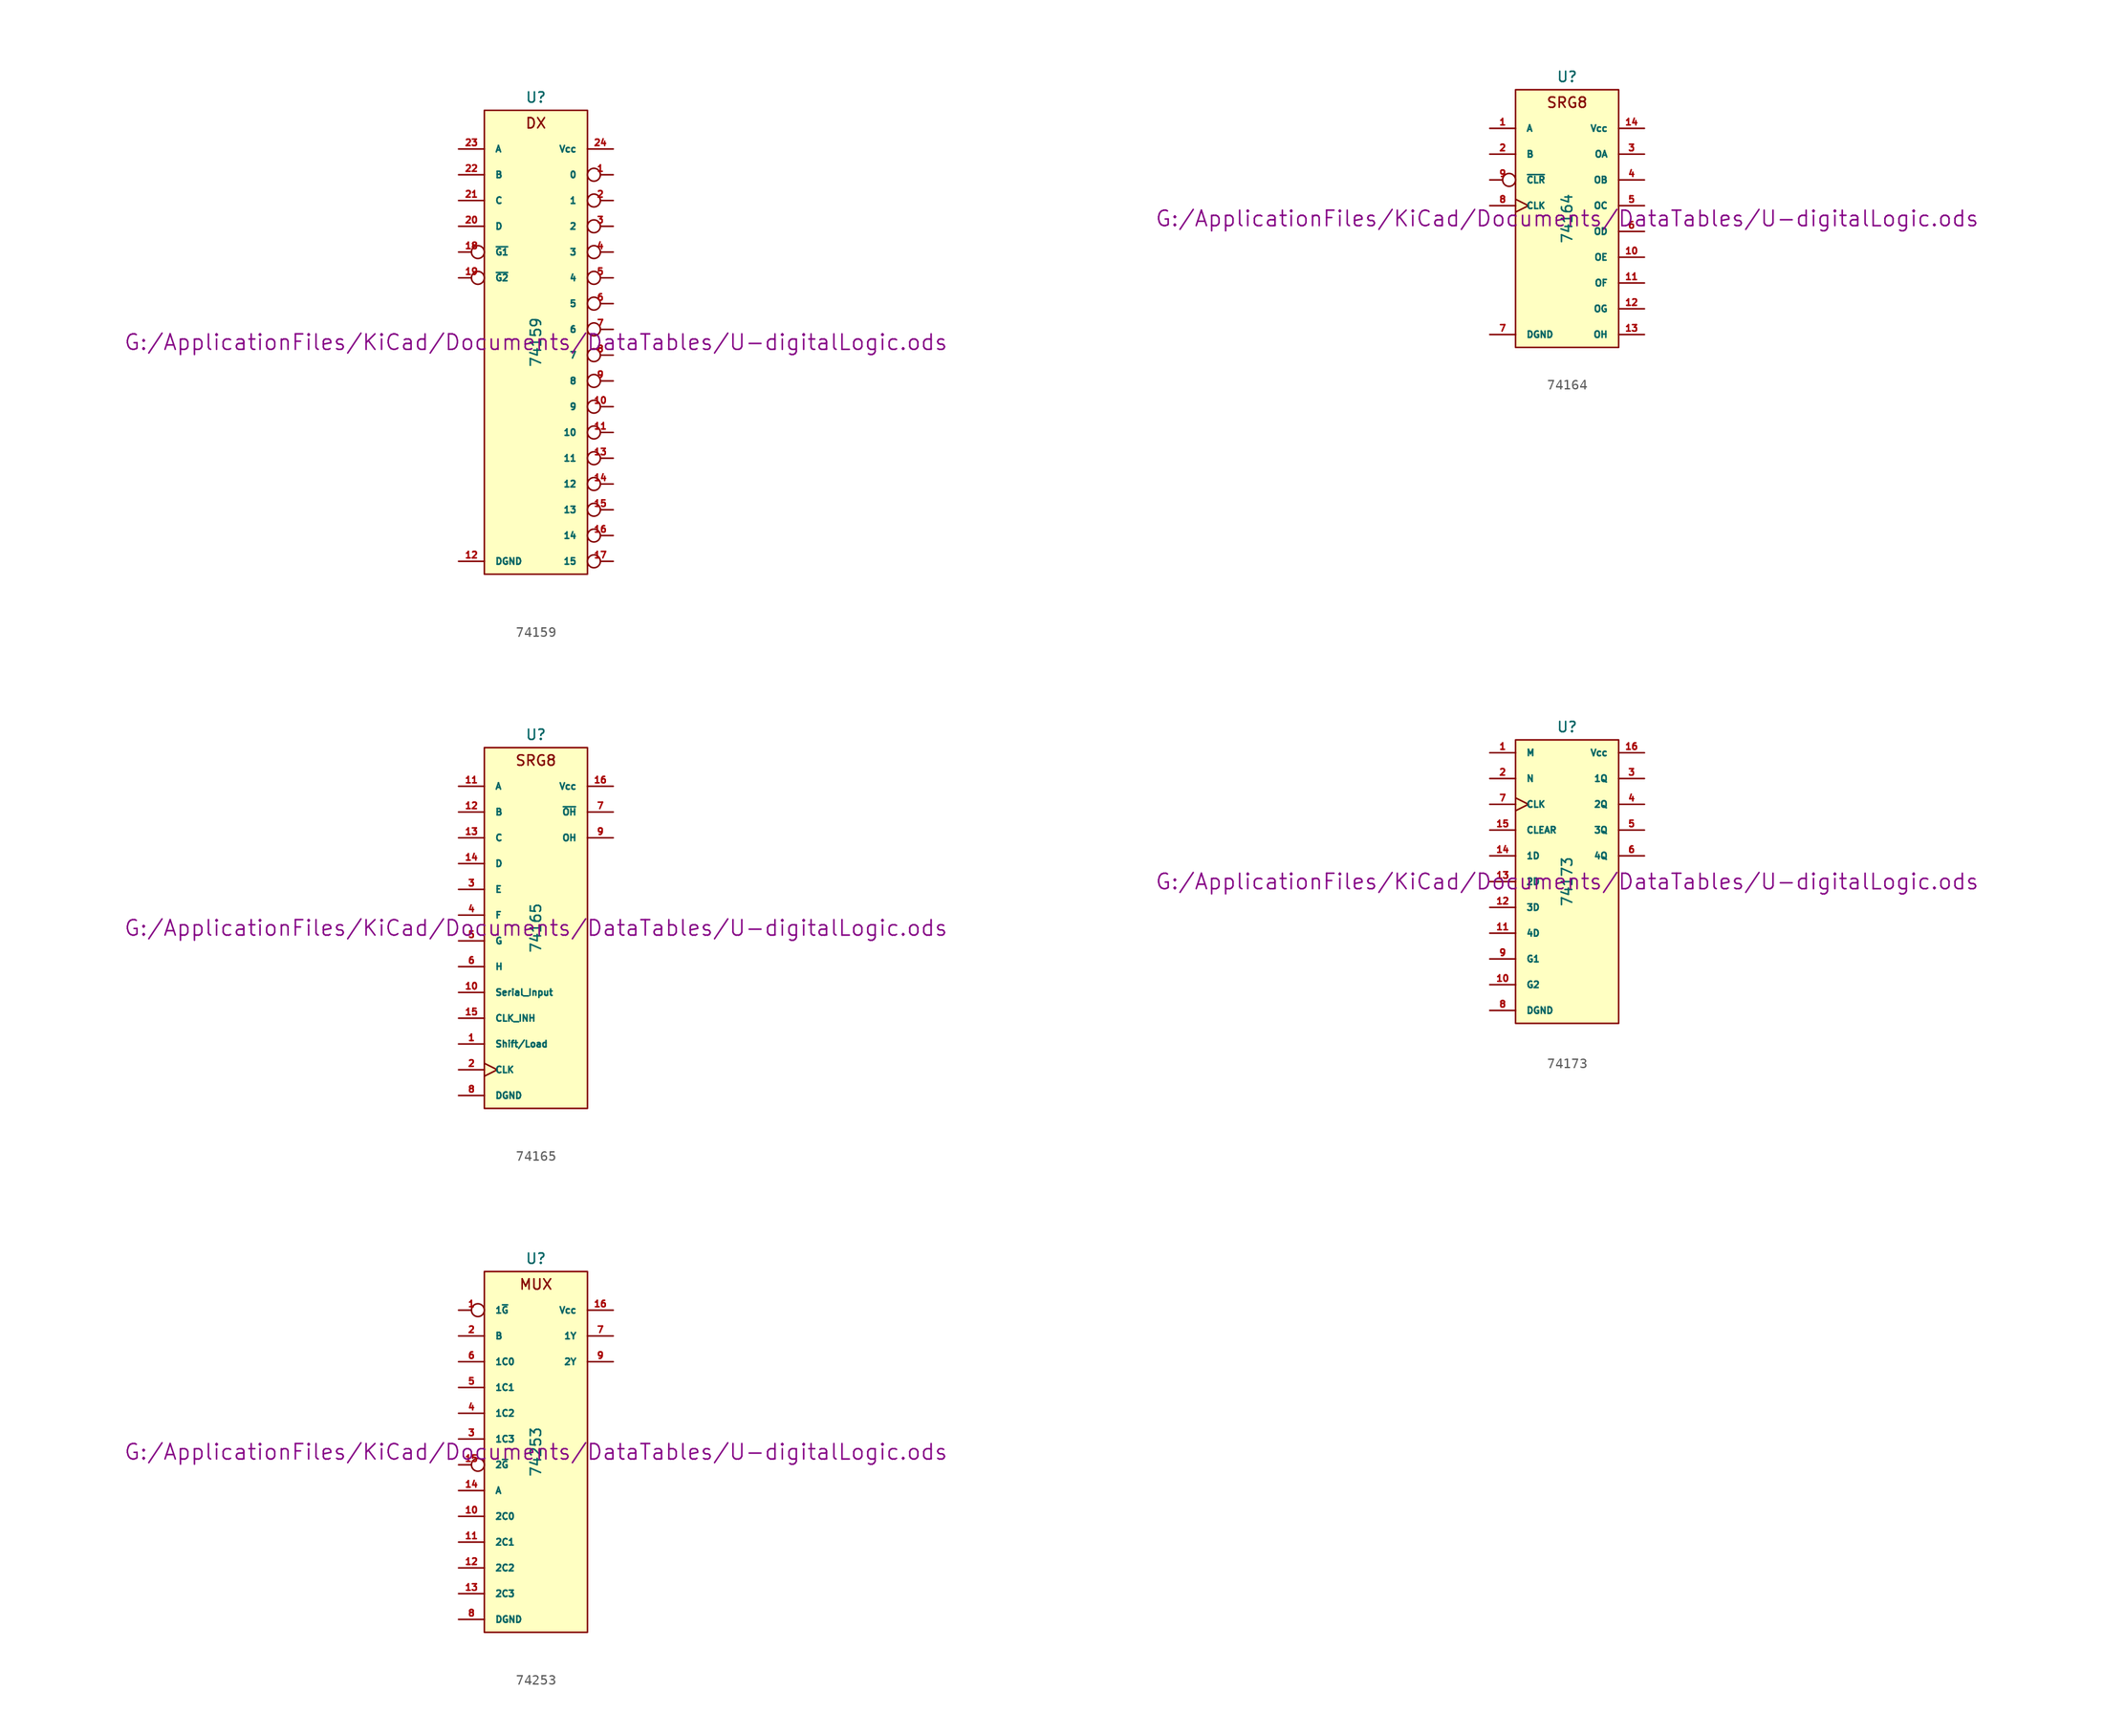
<source format=kicad_sym>
(kicad_symbol_lib
  (version 20211014)
  (generator kicad_symbol_editor)
  (symbol "74159"
    (pin_names
      (offset 1.016))
    (property "Reference" "U"
      (at 0 24.13 0)
      (effects (font (size 1.016 1.016))))
    (property "Value" "74159"
      (at 0 0 90)
      (effects (font (size 1.016 1.016))))
    (property "Footprint" ""
      (at 0 0 0)
      (effects (font (size 1.524 1.524))))
    (property "Datasheet" "G:/ApplicationFiles/KiCad/Documents/DataTables/U-digitalLogic.ods"
      (at 0 0 0)
      (effects (font (size 1.524 1.524))))
    (symbol "74159_0_0"
      (text "DX" (at 0 21.59 0) (effects (font (size 1.016 1.016)))))
    (symbol "74159_0_1"
      (rectangle (start -5.08 22.86) (end 5.08 -22.86) (stroke (width 0) (type default) (color 0 0 0 0)) (fill (type background))))
    (symbol "74159_1_1"
      (pin open_collector inverted (at 7.62 16.51 180) (length 2.54) (name "0" (effects (font (size 0.635 0.635)))) (number "1" (effects (font (size 0.635 0.635)))))
      (pin open_collector inverted (at 7.62 -6.35 180) (length 2.54) (name "9" (effects (font (size 0.635 0.635)))) (number "10" (effects (font (size 0.635 0.635)))))
      (pin open_collector inverted (at 7.62 -8.89 180) (length 2.54) (name "10" (effects (font (size 0.635 0.635)))) (number "11" (effects (font (size 0.635 0.635)))))
      (pin power_in line (at -7.62 -21.59 0) (length 2.54) (name "DGND" (effects (font (size 0.635 0.635)))) (number "12" (effects (font (size 0.635 0.635)))))
      (pin open_collector inverted (at 7.62 -11.43 180) (length 2.54) (name "11" (effects (font (size 0.635 0.635)))) (number "13" (effects (font (size 0.635 0.635)))))
      (pin open_collector inverted (at 7.62 -13.97 180) (length 2.54) (name "12" (effects (font (size 0.635 0.635)))) (number "14" (effects (font (size 0.635 0.635)))))
      (pin open_collector inverted (at 7.62 -16.51 180) (length 2.54) (name "13" (effects (font (size 0.635 0.635)))) (number "15" (effects (font (size 0.635 0.635)))))
      (pin open_collector inverted (at 7.62 -19.05 180) (length 2.54) (name "14" (effects (font (size 0.635 0.635)))) (number "16" (effects (font (size 0.635 0.635)))))
      (pin open_collector inverted (at 7.62 -21.59 180) (length 2.54) (name "15" (effects (font (size 0.635 0.635)))) (number "17" (effects (font (size 0.635 0.635)))))
      (pin input inverted (at -7.62 8.89 0) (length 2.54) (name "~{G1}" (effects (font (size 0.635 0.635)))) (number "18" (effects (font (size 0.635 0.635)))))
      (pin input inverted (at -7.62 6.35 0) (length 2.54) (name "~{G2}" (effects (font (size 0.635 0.635)))) (number "19" (effects (font (size 0.635 0.635)))))
      (pin open_collector inverted (at 7.62 13.97 180) (length 2.54) (name "1" (effects (font (size 0.635 0.635)))) (number "2" (effects (font (size 0.635 0.635)))))
      (pin input line (at -7.62 11.43 0) (length 2.54) (name "D" (effects (font (size 0.635 0.635)))) (number "20" (effects (font (size 0.635 0.635)))))
      (pin input line (at -7.62 13.97 0) (length 2.54) (name "C" (effects (font (size 0.635 0.635)))) (number "21" (effects (font (size 0.635 0.635)))))
      (pin input line (at -7.62 16.51 0) (length 2.54) (name "B" (effects (font (size 0.635 0.635)))) (number "22" (effects (font (size 0.635 0.635)))))
      (pin input line (at -7.62 19.05 0) (length 2.54) (name "A" (effects (font (size 0.635 0.635)))) (number "23" (effects (font (size 0.635 0.635)))))
      (pin power_in line (at 7.62 19.05 180) (length 2.54) (name "Vcc" (effects (font (size 0.635 0.635)))) (number "24" (effects (font (size 0.635 0.635)))))
      (pin open_collector inverted (at 7.62 11.43 180) (length 2.54) (name "2" (effects (font (size 0.635 0.635)))) (number "3" (effects (font (size 0.635 0.635)))))
      (pin open_collector inverted (at 7.62 8.89 180) (length 2.54) (name "3" (effects (font (size 0.635 0.635)))) (number "4" (effects (font (size 0.635 0.635)))))
      (pin open_collector inverted (at 7.62 6.35 180) (length 2.54) (name "4" (effects (font (size 0.635 0.635)))) (number "5" (effects (font (size 0.635 0.635)))))
      (pin open_collector inverted (at 7.62 3.81 180) (length 2.54) (name "5" (effects (font (size 0.635 0.635)))) (number "6" (effects (font (size 0.635 0.635)))))
      (pin open_collector inverted (at 7.62 1.27 180) (length 2.54) (name "6" (effects (font (size 0.635 0.635)))) (number "7" (effects (font (size 0.635 0.635)))))
      (pin open_collector inverted (at 7.62 -1.27 180) (length 2.54) (name "7" (effects (font (size 0.635 0.635)))) (number "8" (effects (font (size 0.635 0.635)))))
      (pin open_collector inverted (at 7.62 -3.81 180) (length 2.54) (name "8" (effects (font (size 0.635 0.635)))) (number "9" (effects (font (size 0.635 0.635)))))))
  (symbol "74164"
    (pin_names
      (offset 1.016))
    (property "Reference" "U"
      (at 0 13.97 0)
      (effects (font (size 1.016 1.016))))
    (property "Value" "74164"
      (at 0 0 90)
      (effects (font (size 1.016 1.016))))
    (property "Footprint" ""
      (at 0 0 0)
      (effects (font (size 1.524 1.524))))
    (property "Datasheet" "G:/ApplicationFiles/KiCad/Documents/DataTables/U-digitalLogic.ods"
      (at 0 0 0)
      (effects (font (size 1.524 1.524))))
    (symbol "74164_0_0"
      (text "SRG8" (at 0 11.43 0) (effects (font (size 1.016 1.016)))))
    (symbol "74164_0_1"
      (rectangle (start -5.08 12.7) (end 5.08 -12.7) (stroke (width 0) (type default) (color 0 0 0 0)) (fill (type background))))
    (symbol "74164_1_1"
      (pin input line (at -7.62 8.89 0) (length 2.54) (name "A" (effects (font (size 0.635 0.635)))) (number "1" (effects (font (size 0.635 0.635)))))
      (pin output line (at 7.62 -3.81 180) (length 2.54) (name "OE" (effects (font (size 0.635 0.635)))) (number "10" (effects (font (size 0.635 0.635)))))
      (pin output line (at 7.62 -6.35 180) (length 2.54) (name "OF" (effects (font (size 0.635 0.635)))) (number "11" (effects (font (size 0.635 0.635)))))
      (pin output line (at 7.62 -8.89 180) (length 2.54) (name "OG" (effects (font (size 0.635 0.635)))) (number "12" (effects (font (size 0.635 0.635)))))
      (pin output line (at 7.62 -11.43 180) (length 2.54) (name "OH" (effects (font (size 0.635 0.635)))) (number "13" (effects (font (size 0.635 0.635)))))
      (pin power_in line (at 7.62 8.89 180) (length 2.54) (name "Vcc" (effects (font (size 0.635 0.635)))) (number "14" (effects (font (size 0.635 0.635)))))
      (pin input line (at -7.62 6.35 0) (length 2.54) (name "B" (effects (font (size 0.635 0.635)))) (number "2" (effects (font (size 0.635 0.635)))))
      (pin output line (at 7.62 6.35 180) (length 2.54) (name "OA" (effects (font (size 0.635 0.635)))) (number "3" (effects (font (size 0.635 0.635)))))
      (pin output line (at 7.62 3.81 180) (length 2.54) (name "OB" (effects (font (size 0.635 0.635)))) (number "4" (effects (font (size 0.635 0.635)))))
      (pin output line (at 7.62 1.27 180) (length 2.54) (name "OC" (effects (font (size 0.635 0.635)))) (number "5" (effects (font (size 0.635 0.635)))))
      (pin output line (at 7.62 -1.27 180) (length 2.54) (name "OD" (effects (font (size 0.635 0.635)))) (number "6" (effects (font (size 0.635 0.635)))))
      (pin power_in line (at -7.62 -11.43 0) (length 2.54) (name "DGND" (effects (font (size 0.635 0.635)))) (number "7" (effects (font (size 0.635 0.635)))))
      (pin input clock (at -7.62 1.27 0) (length 2.54) (name "CLK" (effects (font (size 0.635 0.635)))) (number "8" (effects (font (size 0.635 0.635)))))
      (pin input inverted (at -7.62 3.81 0) (length 2.54) (name "~{CLR}" (effects (font (size 0.635 0.635)))) (number "9" (effects (font (size 0.635 0.635)))))))
  (symbol "74165"
    (pin_names
      (offset 1.016))
    (property "Reference" "U"
      (at 0 19.05 0)
      (effects (font (size 1.016 1.016))))
    (property "Value" "74165"
      (at 0 0 90)
      (effects (font (size 1.016 1.016))))
    (property "Footprint" ""
      (at 0 0 0)
      (effects (font (size 1.524 1.524))))
    (property "Datasheet" "G:/ApplicationFiles/KiCad/Documents/DataTables/U-digitalLogic.ods"
      (at 0 0 0)
      (effects (font (size 1.524 1.524))))
    (symbol "74165_0_0"
      (text "SRG8" (at 0 16.51 0) (effects (font (size 1.016 1.016)))))
    (symbol "74165_0_1"
      (rectangle (start -5.08 17.78) (end 5.08 -17.78) (stroke (width 0) (type default) (color 0 0 0 0)) (fill (type background))))
    (symbol "74165_1_1"
      (pin input line (at -7.62 -11.43 0) (length 2.54) (name "Shift/Load" (effects (font (size 0.635 0.635)))) (number "1" (effects (font (size 0.635 0.635)))))
      (pin input line (at -7.62 -6.35 0) (length 2.54) (name "Serial_Input" (effects (font (size 0.635 0.635)))) (number "10" (effects (font (size 0.635 0.635)))))
      (pin input line (at -7.62 13.97 0) (length 2.54) (name "A" (effects (font (size 0.635 0.635)))) (number "11" (effects (font (size 0.635 0.635)))))
      (pin input line (at -7.62 11.43 0) (length 2.54) (name "B" (effects (font (size 0.635 0.635)))) (number "12" (effects (font (size 0.635 0.635)))))
      (pin input line (at -7.62 8.89 0) (length 2.54) (name "C" (effects (font (size 0.635 0.635)))) (number "13" (effects (font (size 0.635 0.635)))))
      (pin input line (at -7.62 6.35 0) (length 2.54) (name "D" (effects (font (size 0.635 0.635)))) (number "14" (effects (font (size 0.635 0.635)))))
      (pin input line (at -7.62 -8.89 0) (length 2.54) (name "CLK_INH" (effects (font (size 0.635 0.635)))) (number "15" (effects (font (size 0.635 0.635)))))
      (pin power_in line (at 7.62 13.97 180) (length 2.54) (name "Vcc" (effects (font (size 0.635 0.635)))) (number "16" (effects (font (size 0.635 0.635)))))
      (pin input clock (at -7.62 -13.97 0) (length 2.54) (name "CLK" (effects (font (size 0.635 0.635)))) (number "2" (effects (font (size 0.635 0.635)))))
      (pin input line (at -7.62 3.81 0) (length 2.54) (name "E" (effects (font (size 0.635 0.635)))) (number "3" (effects (font (size 0.635 0.635)))))
      (pin input line (at -7.62 1.27 0) (length 2.54) (name "F" (effects (font (size 0.635 0.635)))) (number "4" (effects (font (size 0.635 0.635)))))
      (pin input line (at -7.62 -1.27 0) (length 2.54) (name "G" (effects (font (size 0.635 0.635)))) (number "5" (effects (font (size 0.635 0.635)))))
      (pin input line (at -7.62 -3.81 0) (length 2.54) (name "H" (effects (font (size 0.635 0.635)))) (number "6" (effects (font (size 0.635 0.635)))))
      (pin output line (at 7.62 11.43 180) (length 2.54) (name "~{OH}" (effects (font (size 0.635 0.635)))) (number "7" (effects (font (size 0.635 0.635)))))
      (pin power_in line (at -7.62 -16.51 0) (length 2.54) (name "DGND" (effects (font (size 0.635 0.635)))) (number "8" (effects (font (size 0.635 0.635)))))
      (pin output line (at 7.62 8.89 180) (length 2.54) (name "OH" (effects (font (size 0.635 0.635)))) (number "9" (effects (font (size 0.635 0.635)))))))
  (symbol "74173"
    (pin_names
      (offset 1.016))
    (property "Reference" "U"
      (at 0 15.24 0)
      (effects (font (size 1.016 1.016))))
    (property "Value" "74173"
      (at 0 0 90)
      (effects (font (size 1.016 1.016))))
    (property "Footprint" ""
      (at 0 0 0)
      (effects (font (size 1.524 1.524))))
    (property "Datasheet" "G:/ApplicationFiles/KiCad/Documents/DataTables/U-digitalLogic.ods"
      (at 0 0 0)
      (effects (font (size 1.524 1.524))))
    (symbol "74173_0_1"
      (rectangle (start -5.08 13.97) (end 5.08 -13.97) (stroke (width 0) (type default) (color 0 0 0 0)) (fill (type background))))
    (symbol "74173_1_1"
      (pin input line (at -7.62 12.7 0) (length 2.54) (name "M" (effects (font (size 0.635 0.635)))) (number "1" (effects (font (size 0.635 0.635)))))
      (pin input line (at -7.62 -10.16 0) (length 2.54) (name "G2" (effects (font (size 0.635 0.635)))) (number "10" (effects (font (size 0.635 0.635)))))
      (pin input line (at -7.62 -5.08 0) (length 2.54) (name "4D" (effects (font (size 0.635 0.635)))) (number "11" (effects (font (size 0.635 0.635)))))
      (pin input line (at -7.62 -2.54 0) (length 2.54) (name "3D" (effects (font (size 0.635 0.635)))) (number "12" (effects (font (size 0.635 0.635)))))
      (pin input line (at -7.62 0 0) (length 2.54) (name "2D" (effects (font (size 0.635 0.635)))) (number "13" (effects (font (size 0.635 0.635)))))
      (pin input line (at -7.62 2.54 0) (length 2.54) (name "1D" (effects (font (size 0.635 0.635)))) (number "14" (effects (font (size 0.635 0.635)))))
      (pin input line (at -7.62 5.08 0) (length 2.54) (name "CLEAR" (effects (font (size 0.635 0.635)))) (number "15" (effects (font (size 0.635 0.635)))))
      (pin power_in line (at 7.62 12.7 180) (length 2.54) (name "Vcc" (effects (font (size 0.635 0.635)))) (number "16" (effects (font (size 0.635 0.635)))))
      (pin input line (at -7.62 10.16 0) (length 2.54) (name "N" (effects (font (size 0.635 0.635)))) (number "2" (effects (font (size 0.635 0.635)))))
      (pin tri_state line (at 7.62 10.16 180) (length 2.54) (name "1Q" (effects (font (size 0.635 0.635)))) (number "3" (effects (font (size 0.635 0.635)))))
      (pin tri_state line (at 7.62 7.62 180) (length 2.54) (name "2Q" (effects (font (size 0.635 0.635)))) (number "4" (effects (font (size 0.635 0.635)))))
      (pin tri_state line (at 7.62 5.08 180) (length 2.54) (name "3Q" (effects (font (size 0.635 0.635)))) (number "5" (effects (font (size 0.635 0.635)))))
      (pin tri_state line (at 7.62 2.54 180) (length 2.54) (name "4Q" (effects (font (size 0.635 0.635)))) (number "6" (effects (font (size 0.635 0.635)))))
      (pin input clock (at -7.62 7.62 0) (length 2.54) (name "CLK" (effects (font (size 0.635 0.635)))) (number "7" (effects (font (size 0.635 0.635)))))
      (pin power_in line (at -7.62 -12.7 0) (length 2.54) (name "DGND" (effects (font (size 0.635 0.635)))) (number "8" (effects (font (size 0.635 0.635)))))
      (pin input line (at -7.62 -7.62 0) (length 2.54) (name "G1" (effects (font (size 0.635 0.635)))) (number "9" (effects (font (size 0.635 0.635)))))))
  (symbol "74253"
    (pin_names
      (offset 1.016))
    (property "Reference" "U"
      (at 0 19.05 0)
      (effects (font (size 1.016 1.016))))
    (property "Value" "74253"
      (at 0 0 90)
      (effects (font (size 1.016 1.016))))
    (property "Footprint" ""
      (at 0 0 0)
      (effects (font (size 1.524 1.524))))
    (property "Datasheet" "G:/ApplicationFiles/KiCad/Documents/DataTables/U-digitalLogic.ods"
      (at 0 0 0)
      (effects (font (size 1.524 1.524))))
    (symbol "74253_0_0"
      (text "MUX" (at 0 16.51 0) (effects (font (size 1.016 1.016)))))
    (symbol "74253_0_1"
      (rectangle (start -5.08 17.78) (end 5.08 -17.78) (stroke (width 0) (type default) (color 0 0 0 0)) (fill (type background))))
    (symbol "74253_1_1"
      (pin input inverted (at -7.62 13.97 0) (length 2.54) (name "1~{G}" (effects (font (size 0.635 0.635)))) (number "1" (effects (font (size 0.635 0.635)))))
      (pin input line (at -7.62 -6.35 0) (length 2.54) (name "2C0" (effects (font (size 0.635 0.635)))) (number "10" (effects (font (size 0.635 0.635)))))
      (pin input line (at -7.62 -8.89 0) (length 2.54) (name "2C1" (effects (font (size 0.635 0.635)))) (number "11" (effects (font (size 0.635 0.635)))))
      (pin input line (at -7.62 -11.43 0) (length 2.54) (name "2C2" (effects (font (size 0.635 0.635)))) (number "12" (effects (font (size 0.635 0.635)))))
      (pin input line (at -7.62 -13.97 0) (length 2.54) (name "2C3" (effects (font (size 0.635 0.635)))) (number "13" (effects (font (size 0.635 0.635)))))
      (pin input line (at -7.62 -3.81 0) (length 2.54) (name "A" (effects (font (size 0.635 0.635)))) (number "14" (effects (font (size 0.635 0.635)))))
      (pin input inverted (at -7.62 -1.27 0) (length 2.54) (name "2~{G}" (effects (font (size 0.635 0.635)))) (number "15" (effects (font (size 0.635 0.635)))))
      (pin power_in line (at 7.62 13.97 180) (length 2.54) (name "Vcc" (effects (font (size 0.635 0.635)))) (number "16" (effects (font (size 0.635 0.635)))))
      (pin input line (at -7.62 11.43 0) (length 2.54) (name "B" (effects (font (size 0.635 0.635)))) (number "2" (effects (font (size 0.635 0.635)))))
      (pin input line (at -7.62 1.27 0) (length 2.54) (name "1C3" (effects (font (size 0.635 0.635)))) (number "3" (effects (font (size 0.635 0.635)))))
      (pin input line (at -7.62 3.81 0) (length 2.54) (name "1C2" (effects (font (size 0.635 0.635)))) (number "4" (effects (font (size 0.635 0.635)))))
      (pin input line (at -7.62 6.35 0) (length 2.54) (name "1C1" (effects (font (size 0.635 0.635)))) (number "5" (effects (font (size 0.635 0.635)))))
      (pin input line (at -7.62 8.89 0) (length 2.54) (name "1C0" (effects (font (size 0.635 0.635)))) (number "6" (effects (font (size 0.635 0.635)))))
      (pin tri_state line (at 7.62 11.43 180) (length 2.54) (name "1Y" (effects (font (size 0.635 0.635)))) (number "7" (effects (font (size 0.635 0.635)))))
      (pin power_in line (at -7.62 -16.51 0) (length 2.54) (name "DGND" (effects (font (size 0.635 0.635)))) (number "8" (effects (font (size 0.635 0.635)))))
      (pin tri_state line (at 7.62 8.89 180) (length 2.54) (name "2Y" (effects (font (size 0.635 0.635)))) (number "9" (effects (font (size 0.635 0.635))))))))
</source>
